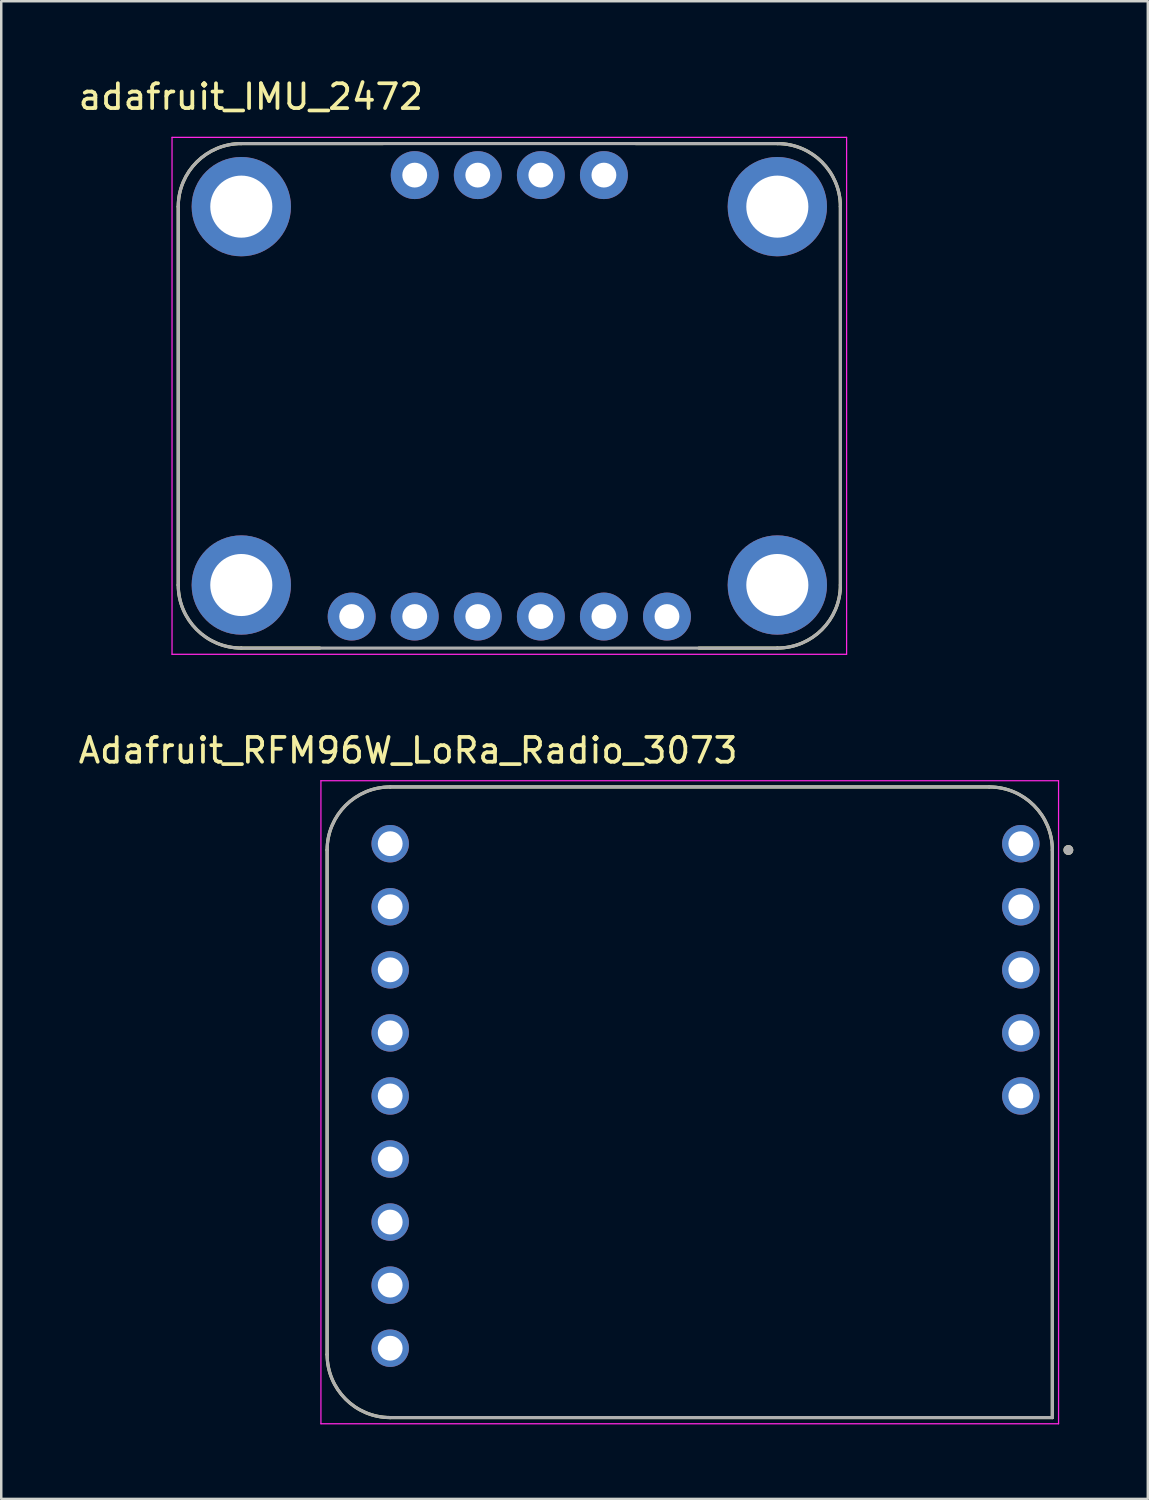
<source format=kicad_pcb>
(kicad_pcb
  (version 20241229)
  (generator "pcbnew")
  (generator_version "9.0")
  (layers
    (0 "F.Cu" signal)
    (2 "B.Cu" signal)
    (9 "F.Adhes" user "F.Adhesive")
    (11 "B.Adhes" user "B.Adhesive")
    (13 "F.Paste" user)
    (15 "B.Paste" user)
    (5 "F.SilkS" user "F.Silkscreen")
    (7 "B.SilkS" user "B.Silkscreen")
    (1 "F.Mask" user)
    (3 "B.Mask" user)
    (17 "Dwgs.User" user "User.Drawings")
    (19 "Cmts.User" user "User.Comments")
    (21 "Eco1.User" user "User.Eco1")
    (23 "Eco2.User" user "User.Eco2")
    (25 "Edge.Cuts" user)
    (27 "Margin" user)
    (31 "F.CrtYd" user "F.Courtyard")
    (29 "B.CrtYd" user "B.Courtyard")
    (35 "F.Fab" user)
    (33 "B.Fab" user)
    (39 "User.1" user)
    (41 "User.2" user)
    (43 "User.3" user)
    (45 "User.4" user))
  (footprint "Adafruit_RFM96W_LoRa_Radio_3073"
    (layer "F.Cu")
    (at 24.731 41.346)
    (property "Reference" "Adafruit_RFM96W_LoRa_Radio_3073" (at -11.344 -14.17 0) (layer "F.SilkS") (effects (font (size 1 1) (thickness 0.15))))
    (attr through_hole)
    (fp_line (start -14.605 10.16) (end -14.605 -10.16) (stroke (width 0.127) (type solid)) (layer "F.SilkS"))
    (fp_line (start -12.065 -12.7) (end 12.065 -12.7) (stroke (width 0.127) (type solid)) (layer "F.SilkS"))
    (fp_line (start 14.605 -10.16) (end 14.605 12.7) (stroke (width 0.127) (type solid)) (layer "F.SilkS"))
    (fp_line (start 14.605 12.7) (end -12.065 12.7) (stroke (width 0.127) (type solid)) (layer "F.SilkS"))
    (fp_arc (start -14.605 -10.16) (mid -13.861051 -11.956051) (end -12.065 -12.7) (stroke (width 0.127) (type solid)) (layer "F.SilkS"))
    (fp_arc (start -12.065 12.7) (mid -13.861051 11.956051) (end -14.605 10.16) (stroke (width 0.127) (type solid)) (layer "F.SilkS"))
    (fp_arc (start 12.065 -12.7) (mid 13.861051 -11.956051) (end 14.605 -10.16) (stroke (width 0.127) (type solid)) (layer "F.SilkS"))
    (fp_circle (center 15.25 -10.16) (end 15.35 -10.16) (stroke (width 0.2) (type solid)) (fill no) (layer "F.SilkS"))
    (fp_line (start -14.855 -12.95) (end -14.855 12.95) (stroke (width 0.05) (type solid)) (layer "F.CrtYd"))
    (fp_line (start -14.855 12.95) (end 14.855 12.95) (stroke (width 0.05) (type solid)) (layer "F.CrtYd"))
    (fp_line (start 14.855 -12.95) (end -14.855 -12.95) (stroke (width 0.05) (type solid)) (layer "F.CrtYd"))
    (fp_line (start 14.855 12.95) (end 14.855 -12.95) (stroke (width 0.05) (type solid)) (layer "F.CrtYd"))
    (fp_line (start -14.605 10.16) (end -14.605 -10.16) (stroke (width 0.127) (type solid)) (layer "F.Fab"))
    (fp_line (start -12.065 -12.7) (end 12.065 -12.7) (stroke (width 0.127) (type solid)) (layer "F.Fab"))
    (fp_line (start 14.605 -10.16) (end 14.605 12.7) (stroke (width 0.127) (type solid)) (layer "F.Fab"))
    (fp_line (start 14.605 12.7) (end -12.065 12.7) (stroke (width 0.127) (type solid)) (layer "F.Fab"))
    (fp_arc (start -14.605 -10.16) (mid -13.861051 -11.956051) (end -12.065 -12.7) (stroke (width 0.127) (type solid)) (layer "F.Fab"))
    (fp_arc (start -12.065 12.7) (mid -13.861051 11.956051) (end -14.605 10.16) (stroke (width 0.127) (type solid)) (layer "F.Fab"))
    (fp_arc (start 12.065 -12.7) (mid 13.861051 -11.956051) (end 14.605 -10.16) (stroke (width 0.127) (type solid)) (layer "F.Fab"))
    (fp_circle (center 15.25 -10.16) (end 15.35 -10.16) (stroke (width 0.2) (type solid)) (fill no) (layer "F.Fab"))
    (pad "JP1_1" thru_hole circle (at 13.335 -10.414) (size 1.508 1.508) (drill 1) (layers "*.Cu" "*.Mask"))
    (pad "JP1_2" thru_hole circle (at 13.335 -7.874) (size 1.508 1.508) (drill 1) (layers "*.Cu" "*.Mask"))
    (pad "JP1_3" thru_hole circle (at 13.335 -5.334) (size 1.508 1.508) (drill 1) (layers "*.Cu" "*.Mask"))
    (pad "JP1_4" thru_hole circle (at 13.335 -2.794) (size 1.508 1.508) (drill 1) (layers "*.Cu" "*.Mask"))
    (pad "JP1_5" thru_hole circle (at 13.335 -0.254) (size 1.508 1.508) (drill 1) (layers "*.Cu" "*.Mask"))
    (pad "JP3_1" thru_hole circle (at -12.065 -10.414) (size 1.508 1.508) (drill 1) (layers "*.Cu" "*.Mask"))
    (pad "JP3_2" thru_hole circle (at -12.065 -7.874) (size 1.508 1.508) (drill 1) (layers "*.Cu" "*.Mask"))
    (pad "JP3_3" thru_hole circle (at -12.065 -5.334) (size 1.508 1.508) (drill 1) (layers "*.Cu" "*.Mask"))
    (pad "JP3_4" thru_hole circle (at -12.065 -2.794) (size 1.508 1.508) (drill 1) (layers "*.Cu" "*.Mask"))
    (pad "JP3_5" thru_hole circle (at -12.065 -0.254) (size 1.508 1.508) (drill 1) (layers "*.Cu" "*.Mask"))
    (pad "JP3_6" thru_hole circle (at -12.065 2.286) (size 1.508 1.508) (drill 1) (layers "*.Cu" "*.Mask"))
    (pad "JP3_7" thru_hole circle (at -12.065 4.826) (size 1.508 1.508) (drill 1) (layers "*.Cu" "*.Mask"))
    (pad "JP3_8" thru_hole circle (at -12.065 7.366) (size 1.508 1.508) (drill 1) (layers "*.Cu" "*.Mask"))
    (pad "JP3_9" thru_hole circle (at -12.065 9.906) (size 1.508 1.508) (drill 1) (layers "*.Cu" "*.Mask")))
  (footprint "adafruit_IMU_2472"
    (layer "F.Cu")
    (at 17.464 12.893)
    (property "Reference" "adafruit_IMU_2472" (at -10.41 -12.045 0) (layer "F.SilkS") (effects (font (size 1 1) (thickness 0.15))))
    (attr through_hole)
    (fp_line (start -13.335 7.62) (end -13.335 -7.62) (stroke (width 0.127) (type solid)) (layer "F.SilkS"))
    (fp_line (start -10.795 -10.16) (end -5.095 -10.16) (stroke (width 0.127) (type solid)) (layer "F.SilkS"))
    (fp_line (start -7.635 10.16) (end -10.795 10.16) (stroke (width 0.127) (type solid)) (layer "F.SilkS"))
    (fp_line (start 5.095 -10.16) (end 10.795 -10.16) (stroke (width 0.127) (type solid)) (layer "F.SilkS"))
    (fp_line (start 10.795 10.16) (end 7.635 10.16) (stroke (width 0.127) (type solid)) (layer "F.SilkS"))
    (fp_line (start 13.335 -7.62) (end 13.335 7.62) (stroke (width 0.127) (type solid)) (layer "F.SilkS"))
    (fp_arc (start -13.335 -7.62) (mid -12.591051 -9.416051) (end -10.795 -10.16) (stroke (width 0.127) (type solid)) (layer "F.SilkS"))
    (fp_arc (start -10.795 10.16) (mid -12.591051 9.416051) (end -13.335 7.62) (stroke (width 0.127) (type solid)) (layer "F.SilkS"))
    (fp_arc (start 10.795 -10.16) (mid 12.591051 -9.416051) (end 13.335 -7.62) (stroke (width 0.127) (type solid)) (layer "F.SilkS"))
    (fp_arc (start 13.335 7.62) (mid 12.591051 9.416051) (end 10.795 10.16) (stroke (width 0.127) (type solid)) (layer "F.SilkS"))
    (fp_line (start -13.585 -10.41) (end -13.585 10.41) (stroke (width 0.05) (type solid)) (layer "F.CrtYd"))
    (fp_line (start -13.585 10.41) (end 13.585 10.41) (stroke (width 0.05) (type solid)) (layer "F.CrtYd"))
    (fp_line (start 13.585 -10.41) (end -13.585 -10.41) (stroke (width 0.05) (type solid)) (layer "F.CrtYd"))
    (fp_line (start 13.585 10.41) (end 13.585 -10.41) (stroke (width 0.05) (type solid)) (layer "F.CrtYd"))
    (fp_line (start -13.335 7.62) (end -13.335 -7.62) (stroke (width 0.127) (type solid)) (layer "F.Fab"))
    (fp_line (start -10.795 -10.16) (end 10.795 -10.16) (stroke (width 0.127) (type solid)) (layer "F.Fab"))
    (fp_line (start 10.795 10.16) (end -10.795 10.16) (stroke (width 0.127) (type solid)) (layer "F.Fab"))
    (fp_line (start 13.335 -7.62) (end 13.335 7.62) (stroke (width 0.127) (type solid)) (layer "F.Fab"))
    (fp_arc (start -13.335 -7.62) (mid -12.591051 -9.416051) (end -10.795 -10.16) (stroke (width 0.127) (type solid)) (layer "F.Fab"))
    (fp_arc (start -10.795 10.16) (mid -12.591051 9.416051) (end -13.335 7.62) (stroke (width 0.127) (type solid)) (layer "F.Fab"))
    (fp_arc (start 10.795 -10.16) (mid 12.591051 -9.416051) (end 13.335 -7.62) (stroke (width 0.127) (type solid)) (layer "F.Fab"))
    (fp_arc (start 13.335 7.62) (mid 12.591051 9.416051) (end 10.795 10.16) (stroke (width 0.127) (type solid)) (layer "F.Fab"))
    (pad "1" thru_hole circle (at -6.35 8.89) (size 1.93 1.93) (drill 1) (layers "*.Cu" "*.Mask"))
    (pad "2" thru_hole circle (at -3.81 8.89) (size 1.93 1.93) (drill 1) (layers "*.Cu" "*.Mask"))
    (pad "3" thru_hole circle (at -1.27 8.89) (size 1.93 1.93) (drill 1) (layers "*.Cu" "*.Mask"))
    (pad "4" thru_hole circle (at 1.27 8.89) (size 1.93 1.93) (drill 1) (layers "*.Cu" "*.Mask"))
    (pad "5" thru_hole circle (at 3.81 8.89) (size 1.93 1.93) (drill 1) (layers "*.Cu" "*.Mask"))
    (pad "6" thru_hole circle (at 6.35 8.89) (size 1.93 1.93) (drill 1) (layers "*.Cu" "*.Mask"))
    (pad "7" thru_hole circle (at 3.81 -8.89) (size 1.93 1.93) (drill 1) (layers "*.Cu" "*.Mask"))
    (pad "8" thru_hole circle (at 1.27 -8.89) (size 1.93 1.93) (drill 1) (layers "*.Cu" "*.Mask"))
    (pad "9" thru_hole circle (at -1.27 -8.89) (size 1.93 1.93) (drill 1) (layers "*.Cu" "*.Mask"))
    (pad "10" thru_hole circle (at -3.81 -8.89) (size 1.93 1.93) (drill 1) (layers "*.Cu" "*.Mask"))
    (pad "SH1" thru_hole circle (at -10.795 7.62) (size 4 4) (drill 2.5) (layers "*.Cu" "*.Mask"))
    (pad "SH2" thru_hole circle (at 10.795 7.62) (size 4 4) (drill 2.5) (layers "*.Cu" "*.Mask"))
    (pad "SH3" thru_hole circle (at 10.795 -7.62) (size 4 4) (drill 2.5) (layers "*.Cu" "*.Mask"))
    (pad "SH4" thru_hole circle (at -10.795 -7.62) (size 4 4) (drill 2.5) (layers "*.Cu" "*.Mask")))
  (gr_rect
    (start -3 -3)
    (end 43.181 57.322)
    (stroke (width 0.1) (type default))
    (fill no)
    (layer "Edge.Cuts")))
</source>
